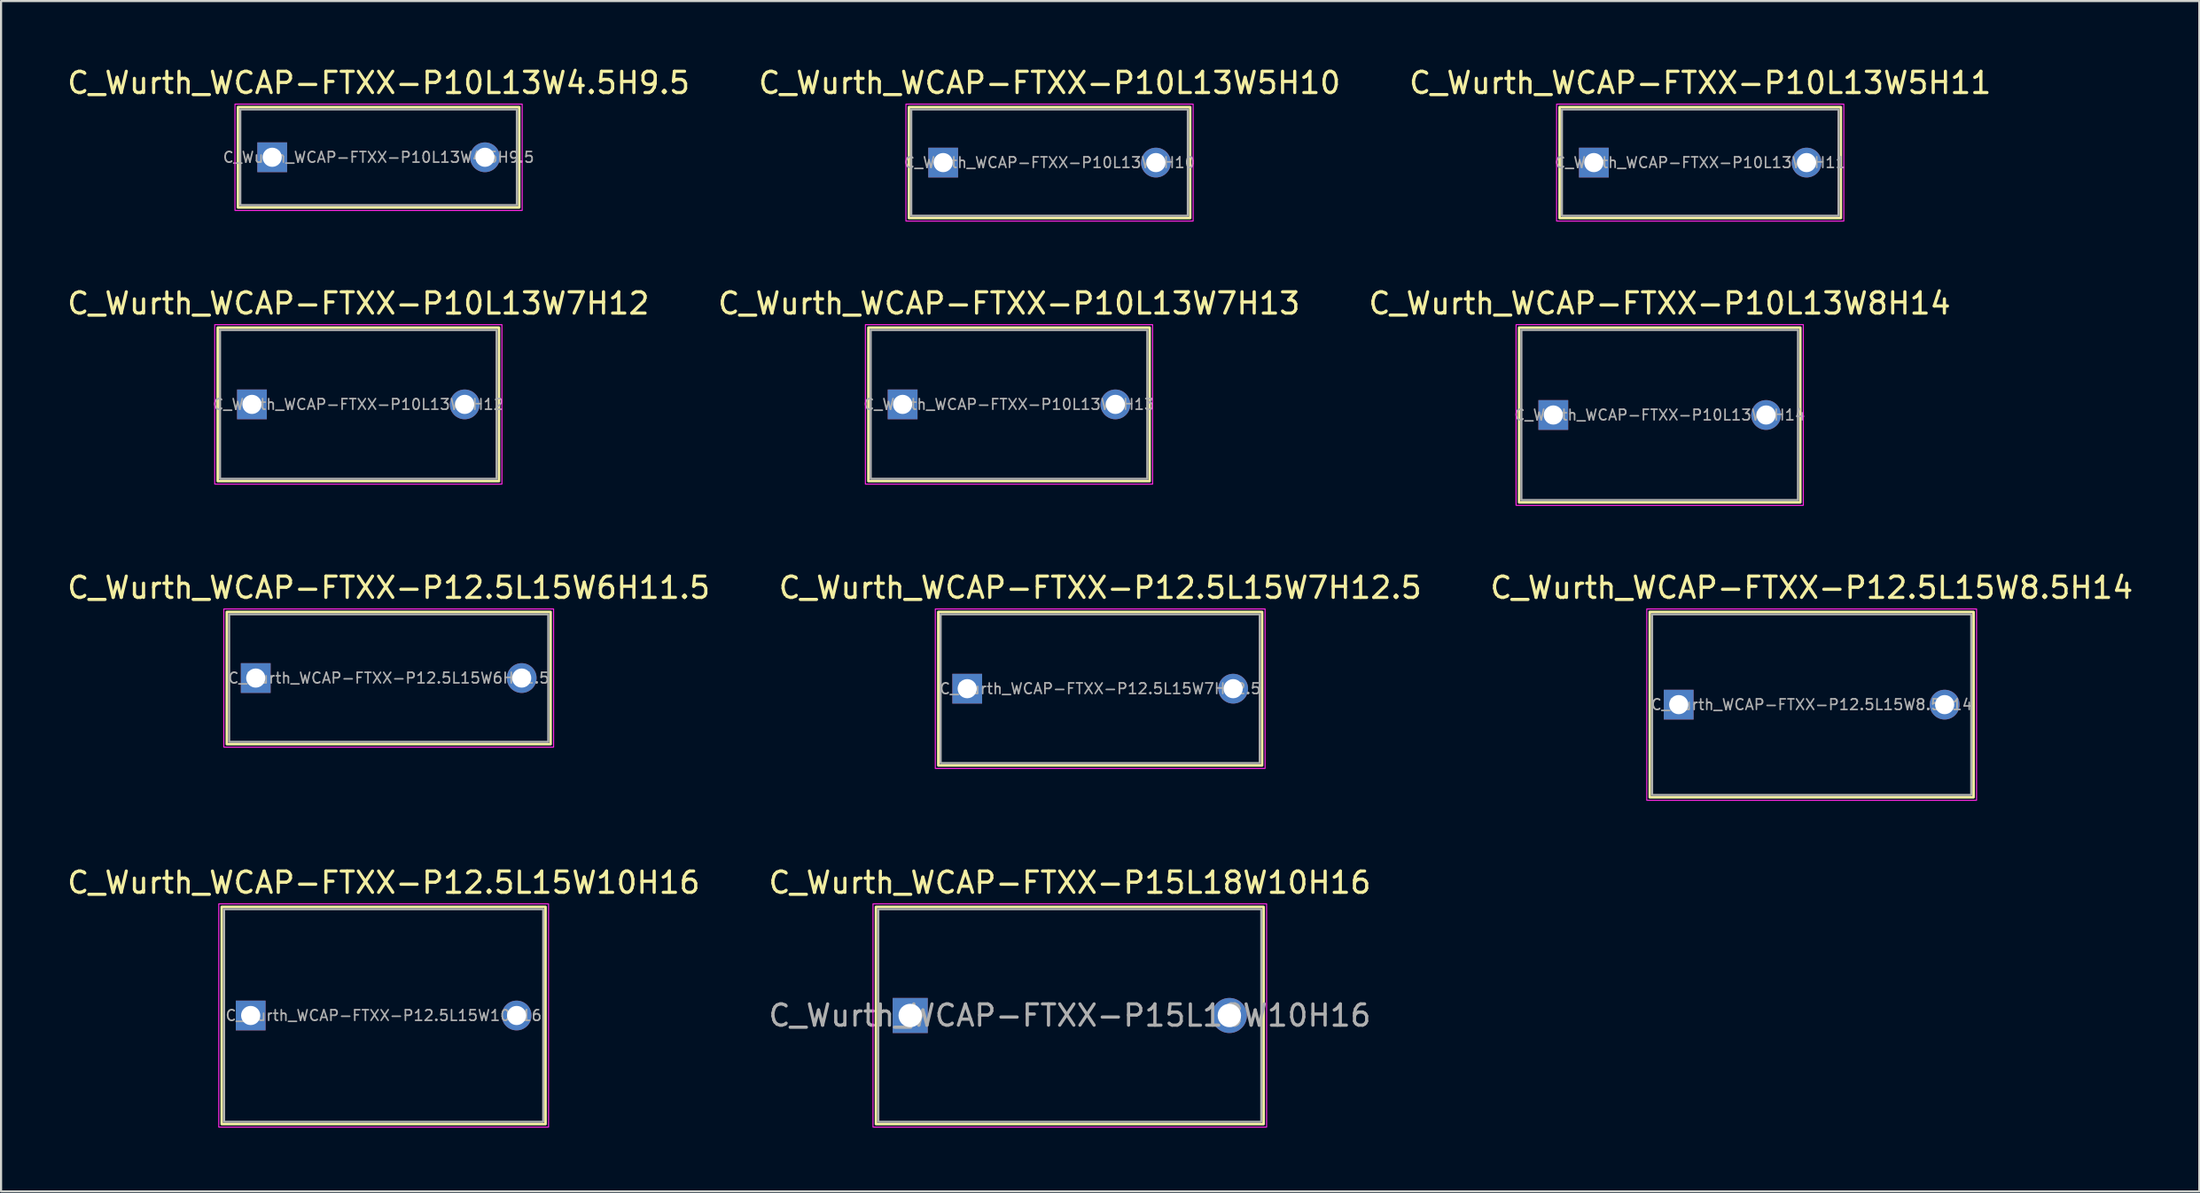
<source format=kicad_pcb>
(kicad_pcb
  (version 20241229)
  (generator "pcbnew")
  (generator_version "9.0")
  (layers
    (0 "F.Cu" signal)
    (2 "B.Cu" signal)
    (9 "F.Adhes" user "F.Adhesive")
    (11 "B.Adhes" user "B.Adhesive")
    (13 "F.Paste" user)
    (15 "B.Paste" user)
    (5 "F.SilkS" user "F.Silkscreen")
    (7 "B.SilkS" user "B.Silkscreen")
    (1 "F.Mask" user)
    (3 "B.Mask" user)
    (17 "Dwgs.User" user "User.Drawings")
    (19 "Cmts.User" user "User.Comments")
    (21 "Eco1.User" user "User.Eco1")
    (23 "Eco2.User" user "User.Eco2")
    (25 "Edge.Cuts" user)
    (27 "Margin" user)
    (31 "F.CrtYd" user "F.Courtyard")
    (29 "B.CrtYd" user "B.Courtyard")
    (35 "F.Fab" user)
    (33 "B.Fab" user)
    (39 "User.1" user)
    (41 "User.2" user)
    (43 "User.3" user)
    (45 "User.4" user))
  (footprint "C_Wurth_WCAP-FTXX-P10L13W5H11"
    (layer "F.Cu")
    (at 71.863 4.598)
    (property "Reference" "C_Wurth_WCAP-FTXX-P10L13W5H11" (at 5 -3.75 0) (unlocked yes) (layer "F.SilkS") (effects (font (size 1 1) (thickness 0.15))))
    (attr through_hole)
    (fp_rect (start -1.61 -2.61) (end 11.61 2.61) (stroke (width 0.12) (type solid)) (fill no) (layer "F.SilkS"))
    (fp_rect (start -1.75 -2.75) (end 11.75 2.75) (stroke (width 0.05) (type solid)) (fill no) (layer "F.CrtYd"))
    (fp_rect (start -1.5 -2.5) (end 11.5 2.5) (stroke (width 0.1) (type solid)) (fill no) (layer "F.Fab"))
    (fp_text user "${REFERENCE}" (at 5 0 0) (unlocked yes) (layer "F.Fab") (effects (font (size 0.5 0.5) (thickness 0.075))))
    (pad "1" thru_hole rect (at 0 0) (size 1.4 1.4) (drill 0.9) (layers "*.Cu" "*.Mask"))
    (pad "2" thru_hole circle (at 10 0) (size 1.4 1.4) (drill 0.9) (layers "*.Cu" "*.Mask")))
  (footprint "C_Wurth_WCAP-FTXX-P12.5L15W8.5H14"
    (layer "F.Cu")
    (at 75.851 30.095)
    (property "Reference" "C_Wurth_WCAP-FTXX-P12.5L15W8.5H14" (at 6.25 -5.5 0) (unlocked yes) (layer "F.SilkS") (effects (font (size 1 1) (thickness 0.15))))
    (attr through_hole)
    (fp_rect (start -1.36 -4.36) (end 13.86 4.36) (stroke (width 0.12) (type solid)) (fill no) (layer "F.SilkS"))
    (fp_rect (start -1.5 -4.5) (end 14 4.5) (stroke (width 0.05) (type solid)) (fill no) (layer "F.CrtYd"))
    (fp_rect (start -1.25 -4.25) (end 13.75 4.25) (stroke (width 0.1) (type solid)) (fill no) (layer "F.Fab"))
    (fp_text user "${REFERENCE}" (at 6.25 0 0) (unlocked yes) (layer "F.Fab") (effects (font (size 0.5 0.5) (thickness 0.075))))
    (pad "1" thru_hole rect (at 0 0) (size 1.4 1.4) (drill 0.9) (layers "*.Cu" "*.Mask"))
    (pad "2" thru_hole circle (at 12.5 0) (size 1.4 1.4) (drill 0.9) (layers "*.Cu" "*.Mask")))
  (footprint "C_Wurth_WCAP-FTXX-P10L13W5H10"
    (layer "F.Cu")
    (at 41.28 4.598)
    (property "Reference" "C_Wurth_WCAP-FTXX-P10L13W5H10" (at 5 -3.75 0) (unlocked yes) (layer "F.SilkS") (effects (font (size 1 1) (thickness 0.15))))
    (attr through_hole)
    (fp_rect (start -1.61 -2.61) (end 11.61 2.61) (stroke (width 0.12) (type solid)) (fill no) (layer "F.SilkS"))
    (fp_rect (start -1.75 -2.75) (end 11.75 2.75) (stroke (width 0.05) (type solid)) (fill no) (layer "F.CrtYd"))
    (fp_rect (start -1.5 -2.5) (end 11.5 2.5) (stroke (width 0.1) (type solid)) (fill no) (layer "F.Fab"))
    (fp_text user "${REFERENCE}" (at 5 0 0) (unlocked yes) (layer "F.Fab") (effects (font (size 0.5 0.5) (thickness 0.075))))
    (pad "1" thru_hole rect (at 0 0) (size 1.4 1.4) (drill 0.9) (layers "*.Cu" "*.Mask"))
    (pad "2" thru_hole circle (at 10 0) (size 1.4 1.4) (drill 0.9) (layers "*.Cu" "*.Mask")))
  (footprint "C_Wurth_WCAP-FTXX-P12.5L15W7H12.5"
    (layer "F.Cu")
    (at 42.411 29.345)
    (property "Reference" "C_Wurth_WCAP-FTXX-P12.5L15W7H12.5" (at 6.25 -4.75 0) (unlocked yes) (layer "F.SilkS") (effects (font (size 1 1) (thickness 0.15))))
    (attr through_hole)
    (fp_rect (start -1.36 -3.61) (end 13.86 3.61) (stroke (width 0.12) (type solid)) (fill no) (layer "F.SilkS"))
    (fp_rect (start -1.5 -3.75) (end 14 3.75) (stroke (width 0.05) (type solid)) (fill no) (layer "F.CrtYd"))
    (fp_rect (start -1.25 -3.5) (end 13.75 3.5) (stroke (width 0.1) (type solid)) (fill no) (layer "F.Fab"))
    (fp_text user "${REFERENCE}" (at 6.25 0 0) (unlocked yes) (layer "F.Fab") (effects (font (size 0.5 0.5) (thickness 0.075))))
    (pad "1" thru_hole rect (at 0 0) (size 1.4 1.4) (drill 0.9) (layers "*.Cu" "*.Mask"))
    (pad "2" thru_hole circle (at 12.5 0) (size 1.4 1.4) (drill 0.9) (layers "*.Cu" "*.Mask")))
  (footprint "C_Wurth_WCAP-FTXX-P10L13W7H12"
    (layer "F.Cu")
    (at 8.792 15.972)
    (property "Reference" "C_Wurth_WCAP-FTXX-P10L13W7H12" (at 5 -4.75 0) (unlocked yes) (layer "F.SilkS") (effects (font (size 1 1) (thickness 0.15))))
    (attr through_hole)
    (fp_rect (start -1.61 -3.61) (end 11.61 3.61) (stroke (width 0.12) (type solid)) (fill no) (layer "F.SilkS"))
    (fp_rect (start -1.75 -3.75) (end 11.75 3.75) (stroke (width 0.05) (type solid)) (fill no) (layer "F.CrtYd"))
    (fp_rect (start -1.5 -3.5) (end 11.5 3.5) (stroke (width 0.1) (type solid)) (fill no) (layer "F.Fab"))
    (fp_text user "${REFERENCE}" (at 5 0 0) (unlocked yes) (layer "F.Fab") (effects (font (size 0.5 0.5) (thickness 0.075))))
    (pad "1" thru_hole rect (at 0 0) (size 1.4 1.4) (drill 0.9) (layers "*.Cu" "*.Mask"))
    (pad "2" thru_hole circle (at 10 0) (size 1.4 1.4) (drill 0.9) (layers "*.Cu" "*.Mask")))
  (footprint "C_Wurth_WCAP-FTXX-P10L13W4.5H9.5"
    (layer "F.Cu")
    (at 9.744 4.348)
    (property "Reference" "C_Wurth_WCAP-FTXX-P10L13W4.5H9.5" (at 5 -3.5 0) (unlocked yes) (layer "F.SilkS") (effects (font (size 1 1) (thickness 0.15))))
    (attr through_hole)
    (fp_rect (start -1.61 -2.36) (end 11.61 2.36) (stroke (width 0.12) (type solid)) (fill no) (layer "F.SilkS"))
    (fp_rect (start -1.75 -2.5) (end 11.75 2.5) (stroke (width 0.05) (type solid)) (fill no) (layer "F.CrtYd"))
    (fp_rect (start -1.5 -2.25) (end 11.5 2.25) (stroke (width 0.1) (type solid)) (fill no) (layer "F.Fab"))
    (fp_text user "${REFERENCE}" (at 5 0 0) (unlocked yes) (layer "F.Fab") (effects (font (size 0.5 0.5) (thickness 0.075))))
    (pad "1" thru_hole rect (at 0 0) (size 1.4 1.4) (drill 0.9) (layers "*.Cu" "*.Mask"))
    (pad "2" thru_hole circle (at 10 0) (size 1.4 1.4) (drill 0.9) (layers "*.Cu" "*.Mask")))
  (footprint "C_Wurth_WCAP-FTXX-P12.5L15W6H11.5"
    (layer "F.Cu")
    (at 8.97 28.845)
    (property "Reference" "C_Wurth_WCAP-FTXX-P12.5L15W6H11.5" (at 6.25 -4.25 0) (unlocked yes) (layer "F.SilkS") (effects (font (size 1 1) (thickness 0.15))))
    (attr through_hole)
    (fp_rect (start -1.36 -3.11) (end 13.86 3.11) (stroke (width 0.12) (type solid)) (fill no) (layer "F.SilkS"))
    (fp_rect (start -1.5 -3.25) (end 14 3.25) (stroke (width 0.05) (type solid)) (fill no) (layer "F.CrtYd"))
    (fp_rect (start -1.25 -3) (end 13.75 3) (stroke (width 0.1) (type solid)) (fill no) (layer "F.Fab"))
    (fp_text user "${REFERENCE}" (at 6.25 0 0) (unlocked yes) (layer "F.Fab") (effects (font (size 0.5 0.5) (thickness 0.075))))
    (pad "1" thru_hole rect (at 0 0) (size 1.4 1.4) (drill 0.9) (layers "*.Cu" "*.Mask"))
    (pad "2" thru_hole circle (at 12.5 0) (size 1.4 1.4) (drill 0.9) (layers "*.Cu" "*.Mask")))
  (footprint "C_Wurth_WCAP-FTXX-P10L13W7H13"
    (layer "F.Cu")
    (at 39.375 15.972)
    (property "Reference" "C_Wurth_WCAP-FTXX-P10L13W7H13" (at 5 -4.75 0) (unlocked yes) (layer "F.SilkS") (effects (font (size 1 1) (thickness 0.15))))
    (attr through_hole)
    (fp_rect (start -1.61 -3.61) (end 11.61 3.61) (stroke (width 0.12) (type solid)) (fill no) (layer "F.SilkS"))
    (fp_rect (start -1.75 -3.75) (end 11.75 3.75) (stroke (width 0.05) (type solid)) (fill no) (layer "F.CrtYd"))
    (fp_rect (start -1.5 -3.5) (end 11.5 3.5) (stroke (width 0.1) (type solid)) (fill no) (layer "F.Fab"))
    (fp_text user "${REFERENCE}" (at 5 0 0) (unlocked yes) (layer "F.Fab") (effects (font (size 0.5 0.5) (thickness 0.075))))
    (pad "1" thru_hole rect (at 0 0) (size 1.4 1.4) (drill 0.9) (layers "*.Cu" "*.Mask"))
    (pad "2" thru_hole circle (at 10 0) (size 1.4 1.4) (drill 0.9) (layers "*.Cu" "*.Mask")))
  (footprint "C_Wurth_WCAP-FTXX-P15L18W10H16"
    (layer "F.Cu")
    (at 39.732 44.718)
    (property "Reference" "C_Wurth_WCAP-FTXX-P15L18W10H16" (at 7.5 -6.25 0) (unlocked yes) (layer "F.SilkS") (effects (font (size 1 1) (thickness 0.15))))
    (attr through_hole)
    (fp_rect (start -1.61 -5.11) (end 16.61 5.11) (stroke (width 0.12) (type solid)) (fill no) (layer "F.SilkS"))
    (fp_rect (start -1.75 -5.25) (end 16.75 5.25) (stroke (width 0.05) (type solid)) (fill no) (layer "F.CrtYd"))
    (fp_rect (start -1.5 -5) (end 16.5 5) (stroke (width 0.1) (type solid)) (fill no) (layer "F.Fab"))
    (fp_text user "${REFERENCE}" (at 7.5 0 0) (unlocked yes) (layer "F.Fab") (effects (font (size 1 1) (thickness 0.15))))
    (pad "1" thru_hole rect (at 0 0) (size 1.65 1.65) (drill 1.1) (layers "*.Cu" "*.Mask"))
    (pad "2" thru_hole circle (at 15 0) (size 1.65 1.65) (drill 1.1) (layers "*.Cu" "*.Mask")))
  (footprint "C_Wurth_WCAP-FTXX-P12.5L15W10H16"
    (layer "F.Cu")
    (at 8.732 44.718)
    (property "Reference" "C_Wurth_WCAP-FTXX-P12.5L15W10H16" (at 6.25 -6.25 0) (unlocked yes) (layer "F.SilkS") (effects (font (size 1 1) (thickness 0.15))))
    (attr through_hole)
    (fp_rect (start -1.36 -5.11) (end 13.86 5.11) (stroke (width 0.12) (type solid)) (fill no) (layer "F.SilkS"))
    (fp_rect (start -1.5 -5.25) (end 14 5.25) (stroke (width 0.05) (type solid)) (fill no) (layer "F.CrtYd"))
    (fp_rect (start -1.25 -5) (end 13.75 5) (stroke (width 0.1) (type solid)) (fill no) (layer "F.Fab"))
    (fp_text user "${REFERENCE}" (at 6.25 0 0) (unlocked yes) (layer "F.Fab") (effects (font (size 0.5 0.5) (thickness 0.075))))
    (pad "1" thru_hole rect (at 0 0) (size 1.4 1.4) (drill 0.9) (layers "*.Cu" "*.Mask"))
    (pad "2" thru_hole circle (at 12.5 0) (size 1.4 1.4) (drill 0.9) (layers "*.Cu" "*.Mask")))
  (footprint "C_Wurth_WCAP-FTXX-P10L13W8H14"
    (layer "F.Cu")
    (at 69.958 16.471)
    (property "Reference" "C_Wurth_WCAP-FTXX-P10L13W8H14" (at 5 -5.25 0) (unlocked yes) (layer "F.SilkS") (effects (font (size 1 1) (thickness 0.15))))
    (attr through_hole)
    (fp_rect (start -1.61 -4.11) (end 11.61 4.11) (stroke (width 0.12) (type solid)) (fill no) (layer "F.SilkS"))
    (fp_rect (start -1.75 -4.25) (end 11.75 4.25) (stroke (width 0.05) (type solid)) (fill no) (layer "F.CrtYd"))
    (fp_rect (start -1.5 -4) (end 11.5 4) (stroke (width 0.1) (type solid)) (fill no) (layer "F.Fab"))
    (fp_text user "${REFERENCE}" (at 5 0 0) (unlocked yes) (layer "F.Fab") (effects (font (size 0.5 0.5) (thickness 0.075))))
    (pad "1" thru_hole rect (at 0 0) (size 1.4 1.4) (drill 0.9) (layers "*.Cu" "*.Mask"))
    (pad "2" thru_hole circle (at 10 0) (size 1.4 1.4) (drill 0.9) (layers "*.Cu" "*.Mask")))
  (gr_rect
    (start -3 -3)
    (end 100.321 52.993)
    (stroke (width 0.1) (type default))
    (fill no)
    (layer "Edge.Cuts")))
</source>
